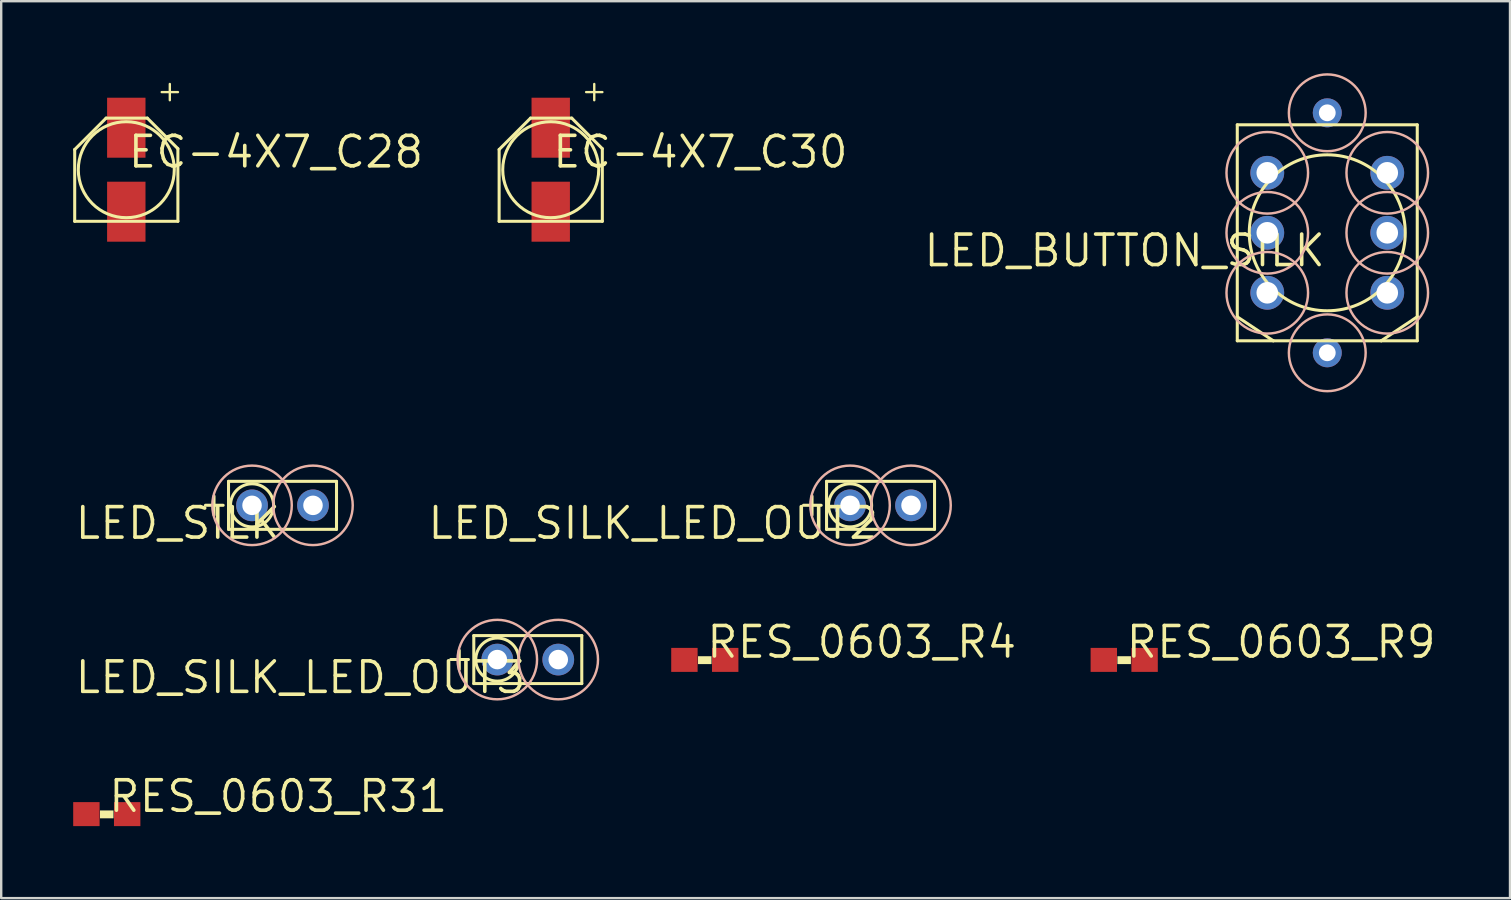
<source format=kicad_pcb>
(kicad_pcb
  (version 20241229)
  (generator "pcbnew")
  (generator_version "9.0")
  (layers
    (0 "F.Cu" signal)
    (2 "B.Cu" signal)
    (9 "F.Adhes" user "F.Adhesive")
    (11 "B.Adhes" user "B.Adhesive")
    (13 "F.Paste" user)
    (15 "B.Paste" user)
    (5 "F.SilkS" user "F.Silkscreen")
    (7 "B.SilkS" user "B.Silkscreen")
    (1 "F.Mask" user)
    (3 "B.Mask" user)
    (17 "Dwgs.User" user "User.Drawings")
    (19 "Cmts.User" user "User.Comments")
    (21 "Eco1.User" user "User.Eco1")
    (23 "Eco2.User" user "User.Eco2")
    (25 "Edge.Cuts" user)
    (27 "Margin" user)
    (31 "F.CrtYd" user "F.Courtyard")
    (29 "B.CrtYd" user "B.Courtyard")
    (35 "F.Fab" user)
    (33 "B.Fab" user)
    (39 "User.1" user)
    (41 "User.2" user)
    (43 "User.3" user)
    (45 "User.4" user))
  (footprint "EC-4X7_C28"
    (layer "F.Cu")
    (at 2.213 4.022)
    (property "Reference" "EC-4X7_C28" (at 0 0 0) (layer "F.SilkS") (effects (font (size 1.27 1.27) (thickness 0.15)) (justify left bottom)))
    (fp_line (start -2.15 -0.841) (end -0.841 -2.15) (stroke (width 0.127) (type solid)) (layer "F.SilkS"))
    (fp_line (start -2.15 2.15) (end -2.15 -0.841) (stroke (width 0.127) (type solid)) (layer "F.SilkS"))
    (fp_line (start -2.15 2.15) (end 2.15 2.15) (stroke (width 0.127) (type solid)) (layer "F.SilkS"))
    (fp_line (start -0.841 -2.15) (end 0.875 -2.15) (stroke (width 0.127) (type solid)) (layer "F.SilkS"))
    (fp_line (start 0.875 -2.15) (end 2.15 -0.875) (stroke (width 0.127) (type solid)) (layer "F.SilkS"))
    (fp_line (start 2.15 2.15) (end 2.15 -0.875) (stroke (width 0.127) (type solid)) (layer "F.SilkS"))
    (fp_circle (center 0 0) (end 2 0) (stroke (width 0.127) (type solid)) (fill no) (layer "F.SilkS"))
    (fp_text user "+" (at 1.199 -3.821 0) (unlocked yes) (layer "F.SilkS") (effects (font (size 0.888 0.888) (thickness 0.099)) (justify left top)))
    (pad "P$1" smd rect (at 0 -1.75) (size 1.6 2.5) (layers "F.Cu" "F.Mask" "F.Paste"))
    (pad "P$2" smd rect (at 0 1.75) (size 1.6 2.5) (layers "F.Cu" "F.Mask" "F.Paste")))
  (footprint "RES_0603_R4"
    (layer "F.Cu")
    (at 26.321 24.449)
    (property "Reference" "RES_0603_R4" (at 0 0 0) (layer "F.SilkS") (effects (font (size 1.27 1.27) (thickness 0.15)) (justify left bottom)))
    (fp_poly (pts (xy -0.283 -0.153) (xy 0.28 -0.153) (xy 0.28 0.175) (xy -0.283 0.175)) (stroke (width 0) (type default)) (fill yes) (layer "F.SilkS"))
    (pad "1" smd rect (at -0.85 0 90) (size 1 1.1) (layers "F.Cu" "F.Mask" "F.Paste"))
    (pad "2" smd rect (at 0.85 0 90) (size 1 1.1) (layers "F.Cu" "F.Mask" "F.Paste")))
  (footprint "LED_BUTTON_SILK"
    (layer "F.Cu")
    (at 52.26 6.651)
    (property "Reference" "LED_BUTTON_SILK" (at 0 0 0) (layer "F.SilkS") (effects (font (size 1.27 1.27) (thickness 0.15)) (justify right top)))
    (fp_line (start -3.75 -4.5) (end 3.75 -4.5) (stroke (width 0.127) (type solid)) (layer "F.SilkS"))
    (fp_line (start -3.75 3.501) (end -3.75 -4.5) (stroke (width 0.127) (type solid)) (layer "F.SilkS"))
    (fp_line (start -3.75 3.501) (end -2.25 4.5) (stroke (width 0.127) (type solid)) (layer "F.SilkS"))
    (fp_line (start -3.75 4.5) (end -3.75 3.501) (stroke (width 0.127) (type solid)) (layer "F.SilkS"))
    (fp_line (start -2.25 4.5) (end -3.75 4.5) (stroke (width 0.127) (type solid)) (layer "F.SilkS"))
    (fp_line (start 2.25 4.5) (end -2.25 4.5) (stroke (width 0.127) (type solid)) (layer "F.SilkS"))
    (fp_line (start 2.25 4.5) (end 3.75 3.501) (stroke (width 0.127) (type solid)) (layer "F.SilkS"))
    (fp_line (start 3.75 3.501) (end 3.75 -4.5) (stroke (width 0.127) (type solid)) (layer "F.SilkS"))
    (fp_line (start 3.75 4.5) (end 2.25 4.5) (stroke (width 0.127) (type solid)) (layer "F.SilkS"))
    (fp_line (start 3.75 4.5) (end 3.75 3.501) (stroke (width 0.127) (type solid)) (layer "F.SilkS"))
    (fp_circle (center 0 0) (end 3.25 0) (stroke (width 0.127) (type solid)) (fill no) (layer "F.SilkS"))
    (fp_circle (center -2.5 -2.5) (end -0.8 -2.5) (stroke (width 0.102) (type solid)) (fill no) (layer "B.SilkS"))
    (fp_circle (center -2.5 0) (end -0.8 0) (stroke (width 0.102) (type solid)) (fill no) (layer "B.SilkS"))
    (fp_circle (center -2.5 2.5) (end -0.8 2.5) (stroke (width 0.102) (type solid)) (fill no) (layer "B.SilkS"))
    (fp_circle (center 0 -5) (end 1.6 -5) (stroke (width 0.102) (type solid)) (fill no) (layer "B.SilkS"))
    (fp_circle (center 0 5) (end 1.6 5) (stroke (width 0.102) (type solid)) (fill no) (layer "B.SilkS"))
    (fp_circle (center 2.5 -2.5) (end 4.2 -2.5) (stroke (width 0.102) (type solid)) (fill no) (layer "B.SilkS"))
    (fp_circle (center 2.5 0) (end 4.2 0) (stroke (width 0.102) (type solid)) (fill no) (layer "B.SilkS"))
    (fp_circle (center 2.5 2.5) (end 4.2 2.5) (stroke (width 0.102) (type solid)) (fill no) (layer "B.SilkS"))
    (pad "1" thru_hole circle (at -2.5 -2.5 180) (size 1.408 1.408) (drill 0.9) (layers "*.Cu" "*.Mask"))
    (pad "2" thru_hole circle (at -2.5 0 180) (size 1.408 1.408) (drill 0.9) (layers "*.Cu" "*.Mask"))
    (pad "3" thru_hole circle (at -2.5 2.5 180) (size 1.408 1.408) (drill 0.9) (layers "*.Cu" "*.Mask"))
    (pad "4" thru_hole circle (at 2.5 -2.5 180) (size 1.408 1.408) (drill 0.9) (layers "*.Cu" "*.Mask"))
    (pad "5" thru_hole circle (at 2.5 0 180) (size 1.408 1.408) (drill 0.9) (layers "*.Cu" "*.Mask"))
    (pad "6" thru_hole circle (at 2.5 2.5 180) (size 1.408 1.408) (drill 0.9) (layers "*.Cu" "*.Mask"))
    (pad "LED_A" thru_hole circle (at 0 -5 180) (size 1.208 1.208) (drill 0.7) (layers "*.Cu" "*.Mask"))
    (pad "LED_K" thru_hole circle (at 0 5 180) (size 1.208 1.208) (drill 0.7) (layers "*.Cu" "*.Mask")))
  (footprint "EC-4X7_C30"
    (layer "F.Cu")
    (at 19.9 4.022)
    (property "Reference" "EC-4X7_C30" (at 0 0 0) (layer "F.SilkS") (effects (font (size 1.27 1.27) (thickness 0.15)) (justify left bottom)))
    (fp_line (start -2.15 -0.841) (end -0.841 -2.15) (stroke (width 0.127) (type solid)) (layer "F.SilkS"))
    (fp_line (start -2.15 2.15) (end -2.15 -0.841) (stroke (width 0.127) (type solid)) (layer "F.SilkS"))
    (fp_line (start -2.15 2.15) (end 2.15 2.15) (stroke (width 0.127) (type solid)) (layer "F.SilkS"))
    (fp_line (start -0.841 -2.15) (end 0.875 -2.15) (stroke (width 0.127) (type solid)) (layer "F.SilkS"))
    (fp_line (start 0.875 -2.15) (end 2.15 -0.875) (stroke (width 0.127) (type solid)) (layer "F.SilkS"))
    (fp_line (start 2.15 2.15) (end 2.15 -0.875) (stroke (width 0.127) (type solid)) (layer "F.SilkS"))
    (fp_circle (center 0 0) (end 2 0) (stroke (width 0.127) (type solid)) (fill no) (layer "F.SilkS"))
    (fp_text user "+" (at 1.199 -3.821 0) (unlocked yes) (layer "F.SilkS") (effects (font (size 0.888 0.888) (thickness 0.099)) (justify left top)))
    (pad "P$1" smd rect (at 0 -1.75) (size 1.6 2.5) (layers "F.Cu" "F.Mask" "F.Paste"))
    (pad "P$2" smd rect (at 0 1.75) (size 1.6 2.5) (layers "F.Cu" "F.Mask" "F.Paste")))
  (footprint "LED_SILK_LED_OUT2"
    (layer "F.Cu")
    (at 33.644 18.009)
    (property "Reference" "LED_SILK_LED_OUT2" (at 0 0 0) (layer "F.SilkS") (effects (font (size 1.27 1.27) (thickness 0.15)) (justify right top)))
    (fp_line (start -3.211 -0.003) (end -2.474 -0.003) (stroke (width 0.127) (type solid)) (layer "F.SilkS"))
    (fp_line (start -2.855 0.404) (end -2.855 -0.384) (stroke (width 0.127) (type solid)) (layer "F.SilkS"))
    (fp_line (start -2.25 -1) (end 2.25 -1) (stroke (width 0.127) (type solid)) (layer "F.SilkS"))
    (fp_line (start -2.25 1) (end -2.25 -1) (stroke (width 0.127) (type solid)) (layer "F.SilkS"))
    (fp_line (start 2.25 -1) (end 2.25 1) (stroke (width 0.127) (type solid)) (layer "F.SilkS"))
    (fp_line (start 2.25 1) (end -2.25 1) (stroke (width 0.127) (type solid)) (layer "F.SilkS"))
    (fp_circle (center -1.27 0) (end -0.372 0) (stroke (width 0.127) (type solid)) (fill no) (layer "F.SilkS"))
    (fp_circle (center -1.27 0) (end 0.386 0) (stroke (width 0.102) (type solid)) (fill no) (layer "B.SilkS"))
    (fp_circle (center 1.27 0) (end 2.926 0) (stroke (width 0.102) (type solid)) (fill no) (layer "B.SilkS"))
    (pad "A" thru_hole circle (at -1.27 0 180) (size 1.321 1.321) (drill 0.813) (layers "*.Cu" "*.Mask"))
    (pad "K" thru_hole circle (at 1.27 0 180) (size 1.321 1.321) (drill 0.813) (layers "*.Cu" "*.Mask")))
  (footprint "LED_SILK_LED_OUT3"
    (layer "F.Cu")
    (at 18.944 24.436)
    (property "Reference" "LED_SILK_LED_OUT3" (at 0 0 0) (layer "F.SilkS") (effects (font (size 1.27 1.27) (thickness 0.15)) (justify right top)))
    (fp_line (start -3.211 -0.003) (end -2.474 -0.003) (stroke (width 0.127) (type solid)) (layer "F.SilkS"))
    (fp_line (start -2.855 0.404) (end -2.855 -0.384) (stroke (width 0.127) (type solid)) (layer "F.SilkS"))
    (fp_line (start -2.25 -1) (end 2.25 -1) (stroke (width 0.127) (type solid)) (layer "F.SilkS"))
    (fp_line (start -2.25 1) (end -2.25 -1) (stroke (width 0.127) (type solid)) (layer "F.SilkS"))
    (fp_line (start 2.25 -1) (end 2.25 1) (stroke (width 0.127) (type solid)) (layer "F.SilkS"))
    (fp_line (start 2.25 1) (end -2.25 1) (stroke (width 0.127) (type solid)) (layer "F.SilkS"))
    (fp_circle (center -1.27 0) (end -0.372 0) (stroke (width 0.127) (type solid)) (fill no) (layer "F.SilkS"))
    (fp_circle (center -1.27 0) (end 0.386 0) (stroke (width 0.102) (type solid)) (fill no) (layer "B.SilkS"))
    (fp_circle (center 1.27 0) (end 2.926 0) (stroke (width 0.102) (type solid)) (fill no) (layer "B.SilkS"))
    (pad "A" thru_hole circle (at -1.27 0 180) (size 1.321 1.321) (drill 0.813) (layers "*.Cu" "*.Mask"))
    (pad "K" thru_hole circle (at 1.27 0 180) (size 1.321 1.321) (drill 0.813) (layers "*.Cu" "*.Mask")))
  (footprint "LED_SILK"
    (layer "F.Cu")
    (at 8.723 18.009)
    (property "Reference" "LED_SILK" (at 0 0 0) (layer "F.SilkS") (effects (font (size 1.27 1.27) (thickness 0.15)) (justify right top)))
    (fp_line (start -3.211 -0.003) (end -2.474 -0.003) (stroke (width 0.127) (type solid)) (layer "F.SilkS"))
    (fp_line (start -2.855 0.404) (end -2.855 -0.384) (stroke (width 0.127) (type solid)) (layer "F.SilkS"))
    (fp_line (start -2.25 -1) (end 2.25 -1) (stroke (width 0.127) (type solid)) (layer "F.SilkS"))
    (fp_line (start -2.25 1) (end -2.25 -1) (stroke (width 0.127) (type solid)) (layer "F.SilkS"))
    (fp_line (start 2.25 -1) (end 2.25 1) (stroke (width 0.127) (type solid)) (layer "F.SilkS"))
    (fp_line (start 2.25 1) (end -2.25 1) (stroke (width 0.127) (type solid)) (layer "F.SilkS"))
    (fp_circle (center -1.27 0) (end -0.372 0) (stroke (width 0.127) (type solid)) (fill no) (layer "F.SilkS"))
    (fp_circle (center -1.27 0) (end 0.386 0) (stroke (width 0.102) (type solid)) (fill no) (layer "B.SilkS"))
    (fp_circle (center 1.27 0) (end 2.926 0) (stroke (width 0.102) (type solid)) (fill no) (layer "B.SilkS"))
    (pad "A" thru_hole circle (at -1.27 0 180) (size 1.321 1.321) (drill 0.813) (layers "*.Cu" "*.Mask"))
    (pad "K" thru_hole circle (at 1.27 0 180) (size 1.321 1.321) (drill 0.813) (layers "*.Cu" "*.Mask")))
  (footprint "RES_0603_R31"
    (layer "F.Cu")
    (at 1.4 30.876)
    (property "Reference" "RES_0603_R31" (at 0 0 0) (layer "F.SilkS") (effects (font (size 1.27 1.27) (thickness 0.15)) (justify left bottom)))
    (fp_poly (pts (xy -0.283 -0.153) (xy 0.28 -0.153) (xy 0.28 0.175) (xy -0.283 0.175)) (stroke (width 0) (type default)) (fill yes) (layer "F.SilkS"))
    (pad "1" smd rect (at -0.85 0 90) (size 1 1.1) (layers "F.Cu" "F.Mask" "F.Paste"))
    (pad "2" smd rect (at 0.85 0 90) (size 1 1.1) (layers "F.Cu" "F.Mask" "F.Paste")))
  (footprint "RES_0603_R9"
    (layer "F.Cu")
    (at 43.798 24.449)
    (property "Reference" "RES_0603_R9" (at 0 0 0) (layer "F.SilkS") (effects (font (size 1.27 1.27) (thickness 0.15)) (justify left bottom)))
    (fp_poly (pts (xy -0.283 -0.153) (xy 0.28 -0.153) (xy 0.28 0.175) (xy -0.283 0.175)) (stroke (width 0) (type default)) (fill yes) (layer "F.SilkS"))
    (pad "1" smd rect (at -0.85 0 90) (size 1 1.1) (layers "F.Cu" "F.Mask" "F.Paste"))
    (pad "2" smd rect (at 0.85 0 90) (size 1 1.1) (layers "F.Cu" "F.Mask" "F.Paste")))
  (gr_rect
    (start -3 -3)
    (end 59.875 34.376)
    (stroke (width 0.1) (type default))
    (fill no)
    (layer "Edge.Cuts")))
</source>
